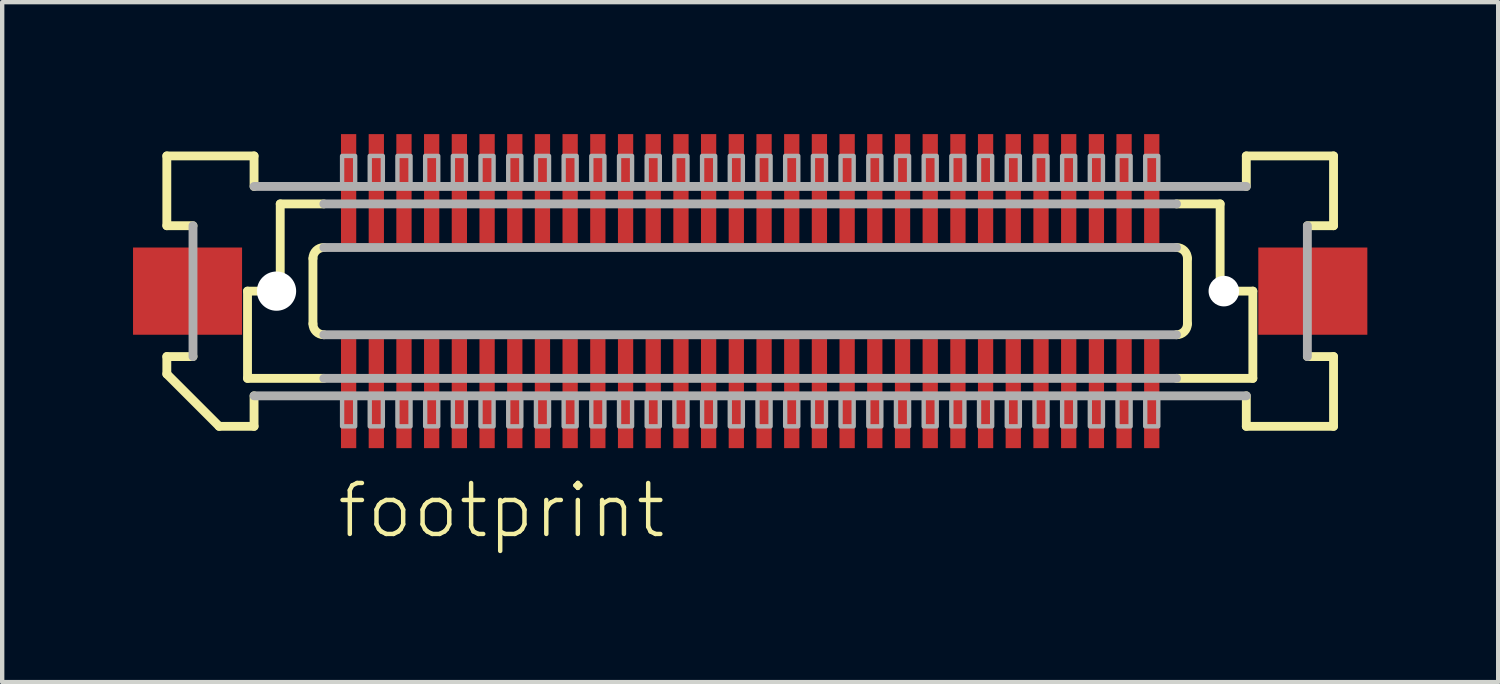
<source format=kicad_pcb>
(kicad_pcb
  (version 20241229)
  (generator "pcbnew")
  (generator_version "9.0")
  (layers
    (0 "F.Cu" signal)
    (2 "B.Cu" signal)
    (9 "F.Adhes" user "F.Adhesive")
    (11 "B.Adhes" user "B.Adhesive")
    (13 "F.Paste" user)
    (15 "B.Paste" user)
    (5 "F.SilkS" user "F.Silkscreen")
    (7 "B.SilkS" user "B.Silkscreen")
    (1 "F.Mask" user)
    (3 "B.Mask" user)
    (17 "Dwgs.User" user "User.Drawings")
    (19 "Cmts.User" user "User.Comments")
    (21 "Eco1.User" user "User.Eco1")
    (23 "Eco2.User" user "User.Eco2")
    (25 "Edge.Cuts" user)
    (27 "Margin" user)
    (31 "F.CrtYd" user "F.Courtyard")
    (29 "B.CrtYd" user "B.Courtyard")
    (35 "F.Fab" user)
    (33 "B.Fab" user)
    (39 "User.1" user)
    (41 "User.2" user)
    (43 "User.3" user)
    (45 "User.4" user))
  (footprint "footprint"
    (layer "F.Cu")
    (at 14.15 3.625)
    (property "Reference" "footprint" (at -9.525 5.715 0) (layer "F.SilkS") (effects (font (size 1.168 1.168) (thickness 0.102)) (justify left bottom)))
    (fp_poly (pts (xy -9.408 3.625) (xy -9.008 3.625) (xy -9.008 1.075) (xy -9.408 1.075)) (stroke (width 0) (type solid)) (fill yes) (layer "F.Mask"))
    (fp_poly (pts (xy -9.008 -3.625) (xy -9.408 -3.625) (xy -9.408 -1.075) (xy -9.008 -1.075)) (stroke (width 0) (type solid)) (fill yes) (layer "F.Mask"))
    (fp_poly (pts (xy -8.773 3.625) (xy -8.373 3.625) (xy -8.373 1.075) (xy -8.773 1.075)) (stroke (width 0) (type solid)) (fill yes) (layer "F.Mask"))
    (fp_poly (pts (xy -8.373 -3.625) (xy -8.773 -3.625) (xy -8.773 -1.075) (xy -8.373 -1.075)) (stroke (width 0) (type solid)) (fill yes) (layer "F.Mask"))
    (fp_poly (pts (xy -8.137 3.625) (xy -7.737 3.625) (xy -7.737 1.075) (xy -8.137 1.075)) (stroke (width 0) (type solid)) (fill yes) (layer "F.Mask"))
    (fp_poly (pts (xy -7.737 -3.625) (xy -8.137 -3.625) (xy -8.137 -1.075) (xy -7.737 -1.075)) (stroke (width 0) (type solid)) (fill yes) (layer "F.Mask"))
    (fp_poly (pts (xy -7.503 3.625) (xy -7.103 3.625) (xy -7.103 1.075) (xy -7.503 1.075)) (stroke (width 0) (type solid)) (fill yes) (layer "F.Mask"))
    (fp_poly (pts (xy -7.103 -3.625) (xy -7.503 -3.625) (xy -7.503 -1.075) (xy -7.103 -1.075)) (stroke (width 0) (type solid)) (fill yes) (layer "F.Mask"))
    (fp_poly (pts (xy -6.867 3.625) (xy -6.468 3.625) (xy -6.468 1.075) (xy -6.867 1.075)) (stroke (width 0) (type solid)) (fill yes) (layer "F.Mask"))
    (fp_poly (pts (xy -6.468 -3.625) (xy -6.867 -3.625) (xy -6.867 -1.075) (xy -6.468 -1.075)) (stroke (width 0) (type solid)) (fill yes) (layer "F.Mask"))
    (fp_poly (pts (xy -6.232 3.625) (xy -5.832 3.625) (xy -5.832 1.075) (xy -6.232 1.075)) (stroke (width 0) (type solid)) (fill yes) (layer "F.Mask"))
    (fp_poly (pts (xy -5.832 -3.625) (xy -6.232 -3.625) (xy -6.232 -1.075) (xy -5.832 -1.075)) (stroke (width 0) (type solid)) (fill yes) (layer "F.Mask"))
    (fp_poly (pts (xy -5.598 3.625) (xy -5.197 3.625) (xy -5.197 1.075) (xy -5.598 1.075)) (stroke (width 0) (type solid)) (fill yes) (layer "F.Mask"))
    (fp_poly (pts (xy -5.197 -3.625) (xy -5.598 -3.625) (xy -5.598 -1.075) (xy -5.197 -1.075)) (stroke (width 0) (type solid)) (fill yes) (layer "F.Mask"))
    (fp_poly (pts (xy -4.963 3.625) (xy -4.562 3.625) (xy -4.562 1.075) (xy -4.963 1.075)) (stroke (width 0) (type solid)) (fill yes) (layer "F.Mask"))
    (fp_poly (pts (xy -4.562 -3.625) (xy -4.963 -3.625) (xy -4.963 -1.075) (xy -4.562 -1.075)) (stroke (width 0) (type solid)) (fill yes) (layer "F.Mask"))
    (fp_poly (pts (xy -4.327 3.625) (xy -3.928 3.625) (xy -3.928 1.075) (xy -4.327 1.075)) (stroke (width 0) (type solid)) (fill yes) (layer "F.Mask"))
    (fp_poly (pts (xy -3.928 -3.625) (xy -4.327 -3.625) (xy -4.327 -1.075) (xy -3.928 -1.075)) (stroke (width 0) (type solid)) (fill yes) (layer "F.Mask"))
    (fp_poly (pts (xy -3.692 3.625) (xy -3.292 3.625) (xy -3.292 1.075) (xy -3.692 1.075)) (stroke (width 0) (type solid)) (fill yes) (layer "F.Mask"))
    (fp_poly (pts (xy -3.292 -3.625) (xy -3.692 -3.625) (xy -3.692 -1.075) (xy -3.292 -1.075)) (stroke (width 0) (type solid)) (fill yes) (layer "F.Mask"))
    (fp_poly (pts (xy -3.058 3.625) (xy -2.658 3.625) (xy -2.658 1.075) (xy -3.058 1.075)) (stroke (width 0) (type solid)) (fill yes) (layer "F.Mask"))
    (fp_poly (pts (xy -2.658 -3.625) (xy -3.058 -3.625) (xy -3.058 -1.075) (xy -2.658 -1.075)) (stroke (width 0) (type solid)) (fill yes) (layer "F.Mask"))
    (fp_poly (pts (xy -2.422 3.625) (xy -2.022 3.625) (xy -2.022 1.075) (xy -2.422 1.075)) (stroke (width 0) (type solid)) (fill yes) (layer "F.Mask"))
    (fp_poly (pts (xy -2.022 -3.625) (xy -2.422 -3.625) (xy -2.422 -1.075) (xy -2.022 -1.075)) (stroke (width 0) (type solid)) (fill yes) (layer "F.Mask"))
    (fp_poly (pts (xy -1.788 3.625) (xy -1.387 3.625) (xy -1.387 1.075) (xy -1.788 1.075)) (stroke (width 0) (type solid)) (fill yes) (layer "F.Mask"))
    (fp_poly (pts (xy -1.387 -3.625) (xy -1.788 -3.625) (xy -1.788 -1.075) (xy -1.387 -1.075)) (stroke (width 0) (type solid)) (fill yes) (layer "F.Mask"))
    (fp_poly (pts (xy -1.153 3.625) (xy -0.752 3.625) (xy -0.752 1.075) (xy -1.153 1.075)) (stroke (width 0) (type solid)) (fill yes) (layer "F.Mask"))
    (fp_poly (pts (xy -0.752 -3.625) (xy -1.153 -3.625) (xy -1.153 -1.075) (xy -0.752 -1.075)) (stroke (width 0) (type solid)) (fill yes) (layer "F.Mask"))
    (fp_poly (pts (xy -0.517 3.625) (xy -0.117 3.625) (xy -0.117 1.075) (xy -0.517 1.075)) (stroke (width 0) (type solid)) (fill yes) (layer "F.Mask"))
    (fp_poly (pts (xy -0.117 -3.625) (xy -0.517 -3.625) (xy -0.517 -1.075) (xy -0.117 -1.075)) (stroke (width 0) (type solid)) (fill yes) (layer "F.Mask"))
    (fp_poly (pts (xy 0.117 3.625) (xy 0.517 3.625) (xy 0.517 1.075) (xy 0.117 1.075)) (stroke (width 0) (type solid)) (fill yes) (layer "F.Mask"))
    (fp_poly (pts (xy 0.517 -3.625) (xy 0.117 -3.625) (xy 0.117 -1.075) (xy 0.517 -1.075)) (stroke (width 0) (type solid)) (fill yes) (layer "F.Mask"))
    (fp_poly (pts (xy 0.752 3.625) (xy 1.153 3.625) (xy 1.153 1.075) (xy 0.752 1.075)) (stroke (width 0) (type solid)) (fill yes) (layer "F.Mask"))
    (fp_poly (pts (xy 1.153 -3.625) (xy 0.752 -3.625) (xy 0.752 -1.075) (xy 1.153 -1.075)) (stroke (width 0) (type solid)) (fill yes) (layer "F.Mask"))
    (fp_poly (pts (xy 1.387 3.625) (xy 1.788 3.625) (xy 1.788 1.075) (xy 1.387 1.075)) (stroke (width 0) (type solid)) (fill yes) (layer "F.Mask"))
    (fp_poly (pts (xy 1.788 -3.625) (xy 1.387 -3.625) (xy 1.387 -1.075) (xy 1.788 -1.075)) (stroke (width 0) (type solid)) (fill yes) (layer "F.Mask"))
    (fp_poly (pts (xy 2.022 3.625) (xy 2.422 3.625) (xy 2.422 1.075) (xy 2.022 1.075)) (stroke (width 0) (type solid)) (fill yes) (layer "F.Mask"))
    (fp_poly (pts (xy 2.422 -3.625) (xy 2.022 -3.625) (xy 2.022 -1.075) (xy 2.422 -1.075)) (stroke (width 0) (type solid)) (fill yes) (layer "F.Mask"))
    (fp_poly (pts (xy 2.658 3.625) (xy 3.058 3.625) (xy 3.058 1.075) (xy 2.658 1.075)) (stroke (width 0) (type solid)) (fill yes) (layer "F.Mask"))
    (fp_poly (pts (xy 3.058 -3.625) (xy 2.658 -3.625) (xy 2.658 -1.075) (xy 3.058 -1.075)) (stroke (width 0) (type solid)) (fill yes) (layer "F.Mask"))
    (fp_poly (pts (xy 3.292 3.625) (xy 3.692 3.625) (xy 3.692 1.075) (xy 3.292 1.075)) (stroke (width 0) (type solid)) (fill yes) (layer "F.Mask"))
    (fp_poly (pts (xy 3.692 -3.625) (xy 3.292 -3.625) (xy 3.292 -1.075) (xy 3.692 -1.075)) (stroke (width 0) (type solid)) (fill yes) (layer "F.Mask"))
    (fp_poly (pts (xy 3.928 3.625) (xy 4.327 3.625) (xy 4.327 1.075) (xy 3.928 1.075)) (stroke (width 0) (type solid)) (fill yes) (layer "F.Mask"))
    (fp_poly (pts (xy 4.327 -3.625) (xy 3.928 -3.625) (xy 3.928 -1.075) (xy 4.327 -1.075)) (stroke (width 0) (type solid)) (fill yes) (layer "F.Mask"))
    (fp_poly (pts (xy 4.562 3.625) (xy 4.963 3.625) (xy 4.963 1.075) (xy 4.562 1.075)) (stroke (width 0) (type solid)) (fill yes) (layer "F.Mask"))
    (fp_poly (pts (xy 4.963 -3.625) (xy 4.562 -3.625) (xy 4.562 -1.075) (xy 4.963 -1.075)) (stroke (width 0) (type solid)) (fill yes) (layer "F.Mask"))
    (fp_poly (pts (xy 5.197 3.625) (xy 5.598 3.625) (xy 5.598 1.075) (xy 5.197 1.075)) (stroke (width 0) (type solid)) (fill yes) (layer "F.Mask"))
    (fp_poly (pts (xy 5.598 -3.625) (xy 5.197 -3.625) (xy 5.197 -1.075) (xy 5.598 -1.075)) (stroke (width 0) (type solid)) (fill yes) (layer "F.Mask"))
    (fp_poly (pts (xy 5.832 3.625) (xy 6.232 3.625) (xy 6.232 1.075) (xy 5.832 1.075)) (stroke (width 0) (type solid)) (fill yes) (layer "F.Mask"))
    (fp_poly (pts (xy 6.232 -3.625) (xy 5.832 -3.625) (xy 5.832 -1.075) (xy 6.232 -1.075)) (stroke (width 0) (type solid)) (fill yes) (layer "F.Mask"))
    (fp_poly (pts (xy 6.468 3.625) (xy 6.867 3.625) (xy 6.867 1.075) (xy 6.468 1.075)) (stroke (width 0) (type solid)) (fill yes) (layer "F.Mask"))
    (fp_poly (pts (xy 6.867 -3.625) (xy 6.468 -3.625) (xy 6.468 -1.075) (xy 6.867 -1.075)) (stroke (width 0) (type solid)) (fill yes) (layer "F.Mask"))
    (fp_poly (pts (xy 7.103 3.625) (xy 7.503 3.625) (xy 7.503 1.075) (xy 7.103 1.075)) (stroke (width 0) (type solid)) (fill yes) (layer "F.Mask"))
    (fp_poly (pts (xy 7.503 -3.625) (xy 7.103 -3.625) (xy 7.103 -1.075) (xy 7.503 -1.075)) (stroke (width 0) (type solid)) (fill yes) (layer "F.Mask"))
    (fp_poly (pts (xy 7.737 3.625) (xy 8.137 3.625) (xy 8.137 1.075) (xy 7.737 1.075)) (stroke (width 0) (type solid)) (fill yes) (layer "F.Mask"))
    (fp_poly (pts (xy 8.137 -3.625) (xy 7.737 -3.625) (xy 7.737 -1.075) (xy 8.137 -1.075)) (stroke (width 0) (type solid)) (fill yes) (layer "F.Mask"))
    (fp_poly (pts (xy 8.373 3.625) (xy 8.773 3.625) (xy 8.773 1.075) (xy 8.373 1.075)) (stroke (width 0) (type solid)) (fill yes) (layer "F.Mask"))
    (fp_poly (pts (xy 8.773 -3.625) (xy 8.373 -3.625) (xy 8.373 -1.075) (xy 8.773 -1.075)) (stroke (width 0) (type solid)) (fill yes) (layer "F.Mask"))
    (fp_poly (pts (xy 9.008 3.625) (xy 9.408 3.625) (xy 9.408 1.075) (xy 9.008 1.075)) (stroke (width 0) (type solid)) (fill yes) (layer "F.Mask"))
    (fp_poly (pts (xy 9.408 -3.625) (xy 9.008 -3.625) (xy 9.008 -1.075) (xy 9.408 -1.075)) (stroke (width 0) (type solid)) (fill yes) (layer "F.Mask"))
    (fp_line (start -13.375 -3.1) (end -11.375 -3.1) (stroke (width 0.203) (type solid)) (layer "F.SilkS"))
    (fp_line (start -13.375 -1.5) (end -13.375 -3.1) (stroke (width 0.203) (type solid)) (layer "F.SilkS"))
    (fp_line (start -13.375 1.5) (end -12.775 1.5) (stroke (width 0.203) (type solid)) (layer "F.SilkS"))
    (fp_line (start -13.375 1.9) (end -13.375 1.5) (stroke (width 0.203) (type solid)) (layer "F.SilkS"))
    (fp_line (start -12.775 -1.5) (end -13.375 -1.5) (stroke (width 0.203) (type solid)) (layer "F.SilkS"))
    (fp_line (start -12.175 3.1) (end -13.375 1.9) (stroke (width 0.203) (type solid)) (layer "F.SilkS"))
    (fp_line (start -11.525 0) (end -11.525 2) (stroke (width 0.203) (type solid)) (layer "F.SilkS"))
    (fp_line (start -11.525 2) (end -9.775 2) (stroke (width 0.203) (type solid)) (layer "F.SilkS"))
    (fp_line (start -11.375 -3.1) (end -11.375 -2.4) (stroke (width 0.203) (type solid)) (layer "F.SilkS"))
    (fp_line (start -11.375 2.4) (end -11.375 3.1) (stroke (width 0.203) (type solid)) (layer "F.SilkS"))
    (fp_line (start -11.375 3.1) (end -12.175 3.1) (stroke (width 0.203) (type solid)) (layer "F.SilkS"))
    (fp_line (start -10.775 -2) (end -10.775 0) (stroke (width 0.203) (type solid)) (layer "F.SilkS"))
    (fp_line (start -10.775 0) (end -11.525 0) (stroke (width 0.203) (type solid)) (layer "F.SilkS"))
    (fp_line (start -10.025 0.75) (end -10.025 -0.75) (stroke (width 0.203) (type solid)) (layer "F.SilkS"))
    (fp_line (start -9.775 -2) (end -10.775 -2) (stroke (width 0.203) (type solid)) (layer "F.SilkS"))
    (fp_line (start 9.775 2) (end 11.525 2) (stroke (width 0.203) (type solid)) (layer "F.SilkS"))
    (fp_line (start 10.025 -0.75) (end 10.025 0.75) (stroke (width 0.203) (type solid)) (layer "F.SilkS"))
    (fp_line (start 10.775 -2) (end 9.775 -2) (stroke (width 0.203) (type solid)) (layer "F.SilkS"))
    (fp_line (start 10.775 -2) (end 10.775 0) (stroke (width 0.203) (type solid)) (layer "F.SilkS"))
    (fp_line (start 11.375 -3.1) (end 13.375 -3.1) (stroke (width 0.203) (type solid)) (layer "F.SilkS"))
    (fp_line (start 11.375 -2.4) (end 11.375 -3.1) (stroke (width 0.203) (type solid)) (layer "F.SilkS"))
    (fp_line (start 11.375 3.1) (end 11.375 2.4) (stroke (width 0.203) (type solid)) (layer "F.SilkS"))
    (fp_line (start 11.525 0) (end 10.775 0) (stroke (width 0.203) (type solid)) (layer "F.SilkS"))
    (fp_line (start 11.525 0) (end 11.525 2) (stroke (width 0.203) (type solid)) (layer "F.SilkS"))
    (fp_line (start 12.775 1.5) (end 13.375 1.5) (stroke (width 0.203) (type solid)) (layer "F.SilkS"))
    (fp_line (start 13.375 -3.1) (end 13.375 -1.5) (stroke (width 0.203) (type solid)) (layer "F.SilkS"))
    (fp_line (start 13.375 -1.5) (end 12.775 -1.5) (stroke (width 0.203) (type solid)) (layer "F.SilkS"))
    (fp_line (start 13.375 1.5) (end 13.375 3.1) (stroke (width 0.203) (type solid)) (layer "F.SilkS"))
    (fp_line (start 13.375 3.1) (end 11.375 3.1) (stroke (width 0.203) (type solid)) (layer "F.SilkS"))
    (fp_arc (start -10.025 -0.75) (mid -9.951777 -0.926777) (end -9.775 -1) (stroke (width 0.2032) (type solid)) (layer "F.SilkS"))
    (fp_arc (start -9.775 1) (mid -9.951777 0.926777) (end -10.025 0.75) (stroke (width 0.2032) (type solid)) (layer "F.SilkS"))
    (fp_arc (start 9.775 -1) (mid 9.951777 -0.926777) (end 10.025 -0.75) (stroke (width 0.2032) (type solid)) (layer "F.SilkS"))
    (fp_arc (start 10.025 0.75) (mid 9.951777 0.926777) (end 9.775 1) (stroke (width 0.2032) (type solid)) (layer "F.SilkS"))
    (fp_line (start -12.775 1.5) (end -12.775 -1.5) (stroke (width 0.203) (type solid)) (layer "F.Fab"))
    (fp_line (start -11.375 -2.4) (end 11.375 -2.4) (stroke (width 0.203) (type solid)) (layer "F.Fab"))
    (fp_line (start -9.775 -1) (end 9.775 -1) (stroke (width 0.203) (type solid)) (layer "F.Fab"))
    (fp_line (start -9.775 2) (end 9.775 2) (stroke (width 0.203) (type solid)) (layer "F.Fab"))
    (fp_line (start 9.775 -2) (end -9.775 -2) (stroke (width 0.203) (type solid)) (layer "F.Fab"))
    (fp_line (start 9.775 1) (end -9.775 1) (stroke (width 0.203) (type solid)) (layer "F.Fab"))
    (fp_line (start 11.375 2.4) (end -11.375 2.4) (stroke (width 0.203) (type solid)) (layer "F.Fab"))
    (fp_line (start 12.775 -1.5) (end 12.775 1.5) (stroke (width 0.203) (type solid)) (layer "F.Fab"))
    (fp_poly (pts (xy -9.357 3.1) (xy -9.057 3.1) (xy -9.057 2.375) (xy -9.357 2.375)) (stroke (width 0.1) (type solid)) (fill no) (layer "F.Fab"))
    (fp_poly (pts (xy -9.057 -3.1) (xy -9.357 -3.1) (xy -9.357 -2.375) (xy -9.057 -2.375)) (stroke (width 0.1) (type solid)) (fill no) (layer "F.Fab"))
    (fp_poly (pts (xy -8.723 3.1) (xy -8.422 3.1) (xy -8.422 2.375) (xy -8.723 2.375)) (stroke (width 0.1) (type solid)) (fill no) (layer "F.Fab"))
    (fp_poly (pts (xy -8.422 -3.1) (xy -8.723 -3.1) (xy -8.723 -2.375) (xy -8.422 -2.375)) (stroke (width 0.1) (type solid)) (fill no) (layer "F.Fab"))
    (fp_poly (pts (xy -8.088 3.1) (xy -7.787 3.1) (xy -7.787 2.375) (xy -8.088 2.375)) (stroke (width 0.1) (type solid)) (fill no) (layer "F.Fab"))
    (fp_poly (pts (xy -7.787 -3.1) (xy -8.088 -3.1) (xy -8.088 -2.375) (xy -7.787 -2.375)) (stroke (width 0.1) (type solid)) (fill no) (layer "F.Fab"))
    (fp_poly (pts (xy -7.452 3.1) (xy -7.152 3.1) (xy -7.152 2.375) (xy -7.452 2.375)) (stroke (width 0.1) (type solid)) (fill no) (layer "F.Fab"))
    (fp_poly (pts (xy -7.152 -3.1) (xy -7.452 -3.1) (xy -7.452 -2.375) (xy -7.152 -2.375)) (stroke (width 0.1) (type solid)) (fill no) (layer "F.Fab"))
    (fp_poly (pts (xy -6.817 3.1) (xy -6.518 3.1) (xy -6.518 2.375) (xy -6.817 2.375)) (stroke (width 0.1) (type solid)) (fill no) (layer "F.Fab"))
    (fp_poly (pts (xy -6.518 -3.1) (xy -6.817 -3.1) (xy -6.817 -2.375) (xy -6.518 -2.375)) (stroke (width 0.1) (type solid)) (fill no) (layer "F.Fab"))
    (fp_poly (pts (xy -6.183 3.1) (xy -5.883 3.1) (xy -5.883 2.375) (xy -6.183 2.375)) (stroke (width 0.1) (type solid)) (fill no) (layer "F.Fab"))
    (fp_poly (pts (xy -5.883 -3.1) (xy -6.183 -3.1) (xy -6.183 -2.375) (xy -5.883 -2.375)) (stroke (width 0.1) (type solid)) (fill no) (layer "F.Fab"))
    (fp_poly (pts (xy -5.548 3.1) (xy -5.247 3.1) (xy -5.247 2.375) (xy -5.548 2.375)) (stroke (width 0.1) (type solid)) (fill no) (layer "F.Fab"))
    (fp_poly (pts (xy -5.247 -3.1) (xy -5.548 -3.1) (xy -5.548 -2.375) (xy -5.247 -2.375)) (stroke (width 0.1) (type solid)) (fill no) (layer "F.Fab"))
    (fp_poly (pts (xy -4.912 3.1) (xy -4.612 3.1) (xy -4.612 2.375) (xy -4.912 2.375)) (stroke (width 0.1) (type solid)) (fill no) (layer "F.Fab"))
    (fp_poly (pts (xy -4.612 -3.1) (xy -4.912 -3.1) (xy -4.912 -2.375) (xy -4.612 -2.375)) (stroke (width 0.1) (type solid)) (fill no) (layer "F.Fab"))
    (fp_poly (pts (xy -4.277 3.1) (xy -3.978 3.1) (xy -3.978 2.375) (xy -4.277 2.375)) (stroke (width 0.1) (type solid)) (fill no) (layer "F.Fab"))
    (fp_poly (pts (xy -3.978 -3.1) (xy -4.277 -3.1) (xy -4.277 -2.375) (xy -3.978 -2.375)) (stroke (width 0.1) (type solid)) (fill no) (layer "F.Fab"))
    (fp_poly (pts (xy -3.643 3.1) (xy -3.342 3.1) (xy -3.342 2.375) (xy -3.643 2.375)) (stroke (width 0.1) (type solid)) (fill no) (layer "F.Fab"))
    (fp_poly (pts (xy -3.342 -3.1) (xy -3.643 -3.1) (xy -3.643 -2.375) (xy -3.342 -2.375)) (stroke (width 0.1) (type solid)) (fill no) (layer "F.Fab"))
    (fp_poly (pts (xy -3.007 3.1) (xy -2.708 3.1) (xy -2.708 2.375) (xy -3.007 2.375)) (stroke (width 0.1) (type solid)) (fill no) (layer "F.Fab"))
    (fp_poly (pts (xy -2.708 -3.1) (xy -3.007 -3.1) (xy -3.007 -2.375) (xy -2.708 -2.375)) (stroke (width 0.1) (type solid)) (fill no) (layer "F.Fab"))
    (fp_poly (pts (xy -2.373 3.1) (xy -2.072 3.1) (xy -2.072 2.375) (xy -2.373 2.375)) (stroke (width 0.1) (type solid)) (fill no) (layer "F.Fab"))
    (fp_poly (pts (xy -2.072 -3.1) (xy -2.373 -3.1) (xy -2.373 -2.375) (xy -2.072 -2.375)) (stroke (width 0.1) (type solid)) (fill no) (layer "F.Fab"))
    (fp_poly (pts (xy -1.738 3.1) (xy -1.438 3.1) (xy -1.438 2.375) (xy -1.738 2.375)) (stroke (width 0.1) (type solid)) (fill no) (layer "F.Fab"))
    (fp_poly (pts (xy -1.438 -3.1) (xy -1.738 -3.1) (xy -1.738 -2.375) (xy -1.438 -2.375)) (stroke (width 0.1) (type solid)) (fill no) (layer "F.Fab"))
    (fp_poly (pts (xy -1.103 3.1) (xy -0.802 3.1) (xy -0.802 2.375) (xy -1.103 2.375)) (stroke (width 0.1) (type solid)) (fill no) (layer "F.Fab"))
    (fp_poly (pts (xy -0.802 -3.1) (xy -1.103 -3.1) (xy -1.103 -2.375) (xy -0.802 -2.375)) (stroke (width 0.1) (type solid)) (fill no) (layer "F.Fab"))
    (fp_poly (pts (xy -0.468 3.1) (xy -0.168 3.1) (xy -0.168 2.375) (xy -0.468 2.375)) (stroke (width 0.1) (type solid)) (fill no) (layer "F.Fab"))
    (fp_poly (pts (xy -0.168 -3.1) (xy -0.468 -3.1) (xy -0.468 -2.375) (xy -0.168 -2.375)) (stroke (width 0.1) (type solid)) (fill no) (layer "F.Fab"))
    (fp_poly (pts (xy 0.168 3.1) (xy 0.468 3.1) (xy 0.468 2.375) (xy 0.168 2.375)) (stroke (width 0.1) (type solid)) (fill no) (layer "F.Fab"))
    (fp_poly (pts (xy 0.468 -3.1) (xy 0.168 -3.1) (xy 0.168 -2.375) (xy 0.468 -2.375)) (stroke (width 0.1) (type solid)) (fill no) (layer "F.Fab"))
    (fp_poly (pts (xy 0.802 3.1) (xy 1.103 3.1) (xy 1.103 2.375) (xy 0.802 2.375)) (stroke (width 0.1) (type solid)) (fill no) (layer "F.Fab"))
    (fp_poly (pts (xy 1.103 -3.1) (xy 0.802 -3.1) (xy 0.802 -2.375) (xy 1.103 -2.375)) (stroke (width 0.1) (type solid)) (fill no) (layer "F.Fab"))
    (fp_poly (pts (xy 1.438 3.1) (xy 1.738 3.1) (xy 1.738 2.375) (xy 1.438 2.375)) (stroke (width 0.1) (type solid)) (fill no) (layer "F.Fab"))
    (fp_poly (pts (xy 1.738 -3.1) (xy 1.438 -3.1) (xy 1.438 -2.375) (xy 1.738 -2.375)) (stroke (width 0.1) (type solid)) (fill no) (layer "F.Fab"))
    (fp_poly (pts (xy 2.072 3.1) (xy 2.373 3.1) (xy 2.373 2.375) (xy 2.072 2.375)) (stroke (width 0.1) (type solid)) (fill no) (layer "F.Fab"))
    (fp_poly (pts (xy 2.373 -3.1) (xy 2.072 -3.1) (xy 2.072 -2.375) (xy 2.373 -2.375)) (stroke (width 0.1) (type solid)) (fill no) (layer "F.Fab"))
    (fp_poly (pts (xy 2.708 3.1) (xy 3.007 3.1) (xy 3.007 2.375) (xy 2.708 2.375)) (stroke (width 0.1) (type solid)) (fill no) (layer "F.Fab"))
    (fp_poly (pts (xy 3.007 -3.1) (xy 2.708 -3.1) (xy 2.708 -2.375) (xy 3.007 -2.375)) (stroke (width 0.1) (type solid)) (fill no) (layer "F.Fab"))
    (fp_poly (pts (xy 3.342 3.1) (xy 3.643 3.1) (xy 3.643 2.375) (xy 3.342 2.375)) (stroke (width 0.1) (type solid)) (fill no) (layer "F.Fab"))
    (fp_poly (pts (xy 3.643 -3.1) (xy 3.342 -3.1) (xy 3.342 -2.375) (xy 3.643 -2.375)) (stroke (width 0.1) (type solid)) (fill no) (layer "F.Fab"))
    (fp_poly (pts (xy 3.978 3.1) (xy 4.277 3.1) (xy 4.277 2.375) (xy 3.978 2.375)) (stroke (width 0.1) (type solid)) (fill no) (layer "F.Fab"))
    (fp_poly (pts (xy 4.277 -3.1) (xy 3.978 -3.1) (xy 3.978 -2.375) (xy 4.277 -2.375)) (stroke (width 0.1) (type solid)) (fill no) (layer "F.Fab"))
    (fp_poly (pts (xy 4.612 3.1) (xy 4.912 3.1) (xy 4.912 2.375) (xy 4.612 2.375)) (stroke (width 0.1) (type solid)) (fill no) (layer "F.Fab"))
    (fp_poly (pts (xy 4.912 -3.1) (xy 4.612 -3.1) (xy 4.612 -2.375) (xy 4.912 -2.375)) (stroke (width 0.1) (type solid)) (fill no) (layer "F.Fab"))
    (fp_poly (pts (xy 5.247 3.1) (xy 5.548 3.1) (xy 5.548 2.375) (xy 5.247 2.375)) (stroke (width 0.1) (type solid)) (fill no) (layer "F.Fab"))
    (fp_poly (pts (xy 5.548 -3.1) (xy 5.247 -3.1) (xy 5.247 -2.375) (xy 5.548 -2.375)) (stroke (width 0.1) (type solid)) (fill no) (layer "F.Fab"))
    (fp_poly (pts (xy 5.883 3.1) (xy 6.183 3.1) (xy 6.183 2.375) (xy 5.883 2.375)) (stroke (width 0.1) (type solid)) (fill no) (layer "F.Fab"))
    (fp_poly (pts (xy 6.183 -3.1) (xy 5.883 -3.1) (xy 5.883 -2.375) (xy 6.183 -2.375)) (stroke (width 0.1) (type solid)) (fill no) (layer "F.Fab"))
    (fp_poly (pts (xy 6.518 3.1) (xy 6.817 3.1) (xy 6.817 2.375) (xy 6.518 2.375)) (stroke (width 0.1) (type solid)) (fill no) (layer "F.Fab"))
    (fp_poly (pts (xy 6.817 -3.1) (xy 6.518 -3.1) (xy 6.518 -2.375) (xy 6.817 -2.375)) (stroke (width 0.1) (type solid)) (fill no) (layer "F.Fab"))
    (fp_poly (pts (xy 7.152 3.1) (xy 7.452 3.1) (xy 7.452 2.375) (xy 7.152 2.375)) (stroke (width 0.1) (type solid)) (fill no) (layer "F.Fab"))
    (fp_poly (pts (xy 7.452 -3.1) (xy 7.152 -3.1) (xy 7.152 -2.375) (xy 7.452 -2.375)) (stroke (width 0.1) (type solid)) (fill no) (layer "F.Fab"))
    (fp_poly (pts (xy 7.787 3.1) (xy 8.088 3.1) (xy 8.088 2.375) (xy 7.787 2.375)) (stroke (width 0.1) (type solid)) (fill no) (layer "F.Fab"))
    (fp_poly (pts (xy 8.088 -3.1) (xy 7.787 -3.1) (xy 7.787 -2.375) (xy 8.088 -2.375)) (stroke (width 0.1) (type solid)) (fill no) (layer "F.Fab"))
    (fp_poly (pts (xy 8.422 3.1) (xy 8.723 3.1) (xy 8.723 2.375) (xy 8.422 2.375)) (stroke (width 0.1) (type solid)) (fill no) (layer "F.Fab"))
    (fp_poly (pts (xy 8.723 -3.1) (xy 8.422 -3.1) (xy 8.422 -2.375) (xy 8.723 -2.375)) (stroke (width 0.1) (type solid)) (fill no) (layer "F.Fab"))
    (fp_poly (pts (xy 9.057 3.1) (xy 9.357 3.1) (xy 9.357 2.375) (xy 9.057 2.375)) (stroke (width 0.1) (type solid)) (fill no) (layer "F.Fab"))
    (fp_poly (pts (xy 9.357 -3.1) (xy 9.057 -3.1) (xy 9.057 -2.375) (xy 9.357 -2.375)) (stroke (width 0.1) (type solid)) (fill no) (layer "F.Fab"))
    (pad "" np_thru_hole circle (at -10.86 0) (size 0.9 0.9) (drill 0.9) (layers "*.Cu" "*.Mask"))
    (pad "" np_thru_hole circle (at 10.86 0) (size 0.7 0.7) (drill 0.7) (layers "*.Cu" "*.Mask"))
    (pad "1" smd rect (at -9.207 2.35) (size 0.35 2.5) (layers "F.Cu" "F.Paste"))
    (pad "2" smd rect (at -9.207 -2.35 180) (size 0.35 2.5) (layers "F.Cu" "F.Paste"))
    (pad "3" smd rect (at -8.572 2.35) (size 0.35 2.5) (layers "F.Cu" "F.Paste"))
    (pad "4" smd rect (at -8.572 -2.35 180) (size 0.35 2.5) (layers "F.Cu" "F.Paste"))
    (pad "5" smd rect (at -7.938 2.35) (size 0.35 2.5) (layers "F.Cu" "F.Paste"))
    (pad "6" smd rect (at -7.938 -2.35 180) (size 0.35 2.5) (layers "F.Cu" "F.Paste"))
    (pad "7" smd rect (at -7.303 2.35) (size 0.35 2.5) (layers "F.Cu" "F.Paste"))
    (pad "8" smd rect (at -7.303 -2.35 180) (size 0.35 2.5) (layers "F.Cu" "F.Paste"))
    (pad "9" smd rect (at -6.668 2.35) (size 0.35 2.5) (layers "F.Cu" "F.Paste"))
    (pad "10" smd rect (at -6.668 -2.35 180) (size 0.35 2.5) (layers "F.Cu" "F.Paste"))
    (pad "11" smd rect (at -6.032 2.35) (size 0.35 2.5) (layers "F.Cu" "F.Paste"))
    (pad "12" smd rect (at -6.032 -2.35 180) (size 0.35 2.5) (layers "F.Cu" "F.Paste"))
    (pad "13" smd rect (at -5.397 2.35) (size 0.35 2.5) (layers "F.Cu" "F.Paste"))
    (pad "14" smd rect (at -5.397 -2.35 180) (size 0.35 2.5) (layers "F.Cu" "F.Paste"))
    (pad "15" smd rect (at -4.763 2.35) (size 0.35 2.5) (layers "F.Cu" "F.Paste"))
    (pad "16" smd rect (at -4.763 -2.35 180) (size 0.35 2.5) (layers "F.Cu" "F.Paste"))
    (pad "17" smd rect (at -4.128 2.35) (size 0.35 2.5) (layers "F.Cu" "F.Paste"))
    (pad "18" smd rect (at -4.128 -2.35 180) (size 0.35 2.5) (layers "F.Cu" "F.Paste"))
    (pad "19" smd rect (at -3.493 2.35) (size 0.35 2.5) (layers "F.Cu" "F.Paste"))
    (pad "20" smd rect (at -3.493 -2.35 180) (size 0.35 2.5) (layers "F.Cu" "F.Paste"))
    (pad "21" smd rect (at -2.857 2.35) (size 0.35 2.5) (layers "F.Cu" "F.Paste"))
    (pad "22" smd rect (at -2.857 -2.35 180) (size 0.35 2.5) (layers "F.Cu" "F.Paste"))
    (pad "23" smd rect (at -2.223 2.35) (size 0.35 2.5) (layers "F.Cu" "F.Paste"))
    (pad "24" smd rect (at -2.223 -2.35 180) (size 0.35 2.5) (layers "F.Cu" "F.Paste"))
    (pad "25" smd rect (at -1.587 2.35) (size 0.35 2.5) (layers "F.Cu" "F.Paste"))
    (pad "26" smd rect (at -1.587 -2.35 180) (size 0.35 2.5) (layers "F.Cu" "F.Paste"))
    (pad "27" smd rect (at -0.953 2.35) (size 0.35 2.5) (layers "F.Cu" "F.Paste"))
    (pad "28" smd rect (at -0.953 -2.35 180) (size 0.35 2.5) (layers "F.Cu" "F.Paste"))
    (pad "29" smd rect (at -0.318 2.35) (size 0.35 2.5) (layers "F.Cu" "F.Paste"))
    (pad "30" smd rect (at -0.318 -2.35 180) (size 0.35 2.5) (layers "F.Cu" "F.Paste"))
    (pad "31" smd rect (at 0.318 2.35) (size 0.35 2.5) (layers "F.Cu" "F.Paste"))
    (pad "32" smd rect (at 0.318 -2.35 180) (size 0.35 2.5) (layers "F.Cu" "F.Paste"))
    (pad "33" smd rect (at 0.953 2.35) (size 0.35 2.5) (layers "F.Cu" "F.Paste"))
    (pad "34" smd rect (at 0.953 -2.35 180) (size 0.35 2.5) (layers "F.Cu" "F.Paste"))
    (pad "35" smd rect (at 1.587 2.35) (size 0.35 2.5) (layers "F.Cu" "F.Paste"))
    (pad "36" smd rect (at 1.587 -2.35 180) (size 0.35 2.5) (layers "F.Cu" "F.Paste"))
    (pad "37" smd rect (at 2.223 2.35) (size 0.35 2.5) (layers "F.Cu" "F.Paste"))
    (pad "38" smd rect (at 2.223 -2.35 180) (size 0.35 2.5) (layers "F.Cu" "F.Paste"))
    (pad "39" smd rect (at 2.857 2.35) (size 0.35 2.5) (layers "F.Cu" "F.Paste"))
    (pad "40" smd rect (at 2.857 -2.35 180) (size 0.35 2.5) (layers "F.Cu" "F.Paste"))
    (pad "41" smd rect (at 3.493 2.35) (size 0.35 2.5) (layers "F.Cu" "F.Paste"))
    (pad "42" smd rect (at 3.493 -2.35 180) (size 0.35 2.5) (layers "F.Cu" "F.Paste"))
    (pad "43" smd rect (at 4.128 2.35) (size 0.35 2.5) (layers "F.Cu" "F.Paste"))
    (pad "44" smd rect (at 4.128 -2.35 180) (size 0.35 2.5) (layers "F.Cu" "F.Paste"))
    (pad "45" smd rect (at 4.763 2.35) (size 0.35 2.5) (layers "F.Cu" "F.Paste"))
    (pad "46" smd rect (at 4.763 -2.35 180) (size 0.35 2.5) (layers "F.Cu" "F.Paste"))
    (pad "47" smd rect (at 5.397 2.35) (size 0.35 2.5) (layers "F.Cu" "F.Paste"))
    (pad "48" smd rect (at 5.397 -2.35 180) (size 0.35 2.5) (layers "F.Cu" "F.Paste"))
    (pad "49" smd rect (at 6.032 2.35) (size 0.35 2.5) (layers "F.Cu" "F.Paste"))
    (pad "50" smd rect (at 6.032 -2.35 180) (size 0.35 2.5) (layers "F.Cu" "F.Paste"))
    (pad "51" smd rect (at 6.668 2.35) (size 0.35 2.5) (layers "F.Cu" "F.Paste"))
    (pad "52" smd rect (at 6.668 -2.35 180) (size 0.35 2.5) (layers "F.Cu" "F.Paste"))
    (pad "53" smd rect (at 7.303 2.35) (size 0.35 2.5) (layers "F.Cu" "F.Paste"))
    (pad "54" smd rect (at 7.303 -2.35 180) (size 0.35 2.5) (layers "F.Cu" "F.Paste"))
    (pad "55" smd rect (at 7.938 2.35) (size 0.35 2.5) (layers "F.Cu" "F.Paste"))
    (pad "56" smd rect (at 7.938 -2.35 180) (size 0.35 2.5) (layers "F.Cu" "F.Paste"))
    (pad "57" smd rect (at 8.572 2.35) (size 0.35 2.5) (layers "F.Cu" "F.Paste"))
    (pad "58" smd rect (at 8.572 -2.35 180) (size 0.35 2.5) (layers "F.Cu" "F.Paste"))
    (pad "59" smd rect (at 9.207 2.35) (size 0.35 2.5) (layers "F.Cu" "F.Paste"))
    (pad "60" smd rect (at 9.207 -2.35 180) (size 0.35 2.5) (layers "F.Cu" "F.Paste"))
    (pad "M1" smd rect (at -12.9 0) (size 2.5 2) (layers "F.Cu" "F.Mask" "F.Paste"))
    (pad "M2" smd rect (at 12.9 0 180) (size 2.5 2) (layers "F.Cu" "F.Mask" "F.Paste")))
  (gr_rect
    (start -3 -3)
    (end 31.3 12.59)
    (stroke (width 0.1) (type default))
    (fill no)
    (layer "Edge.Cuts")))
</source>
